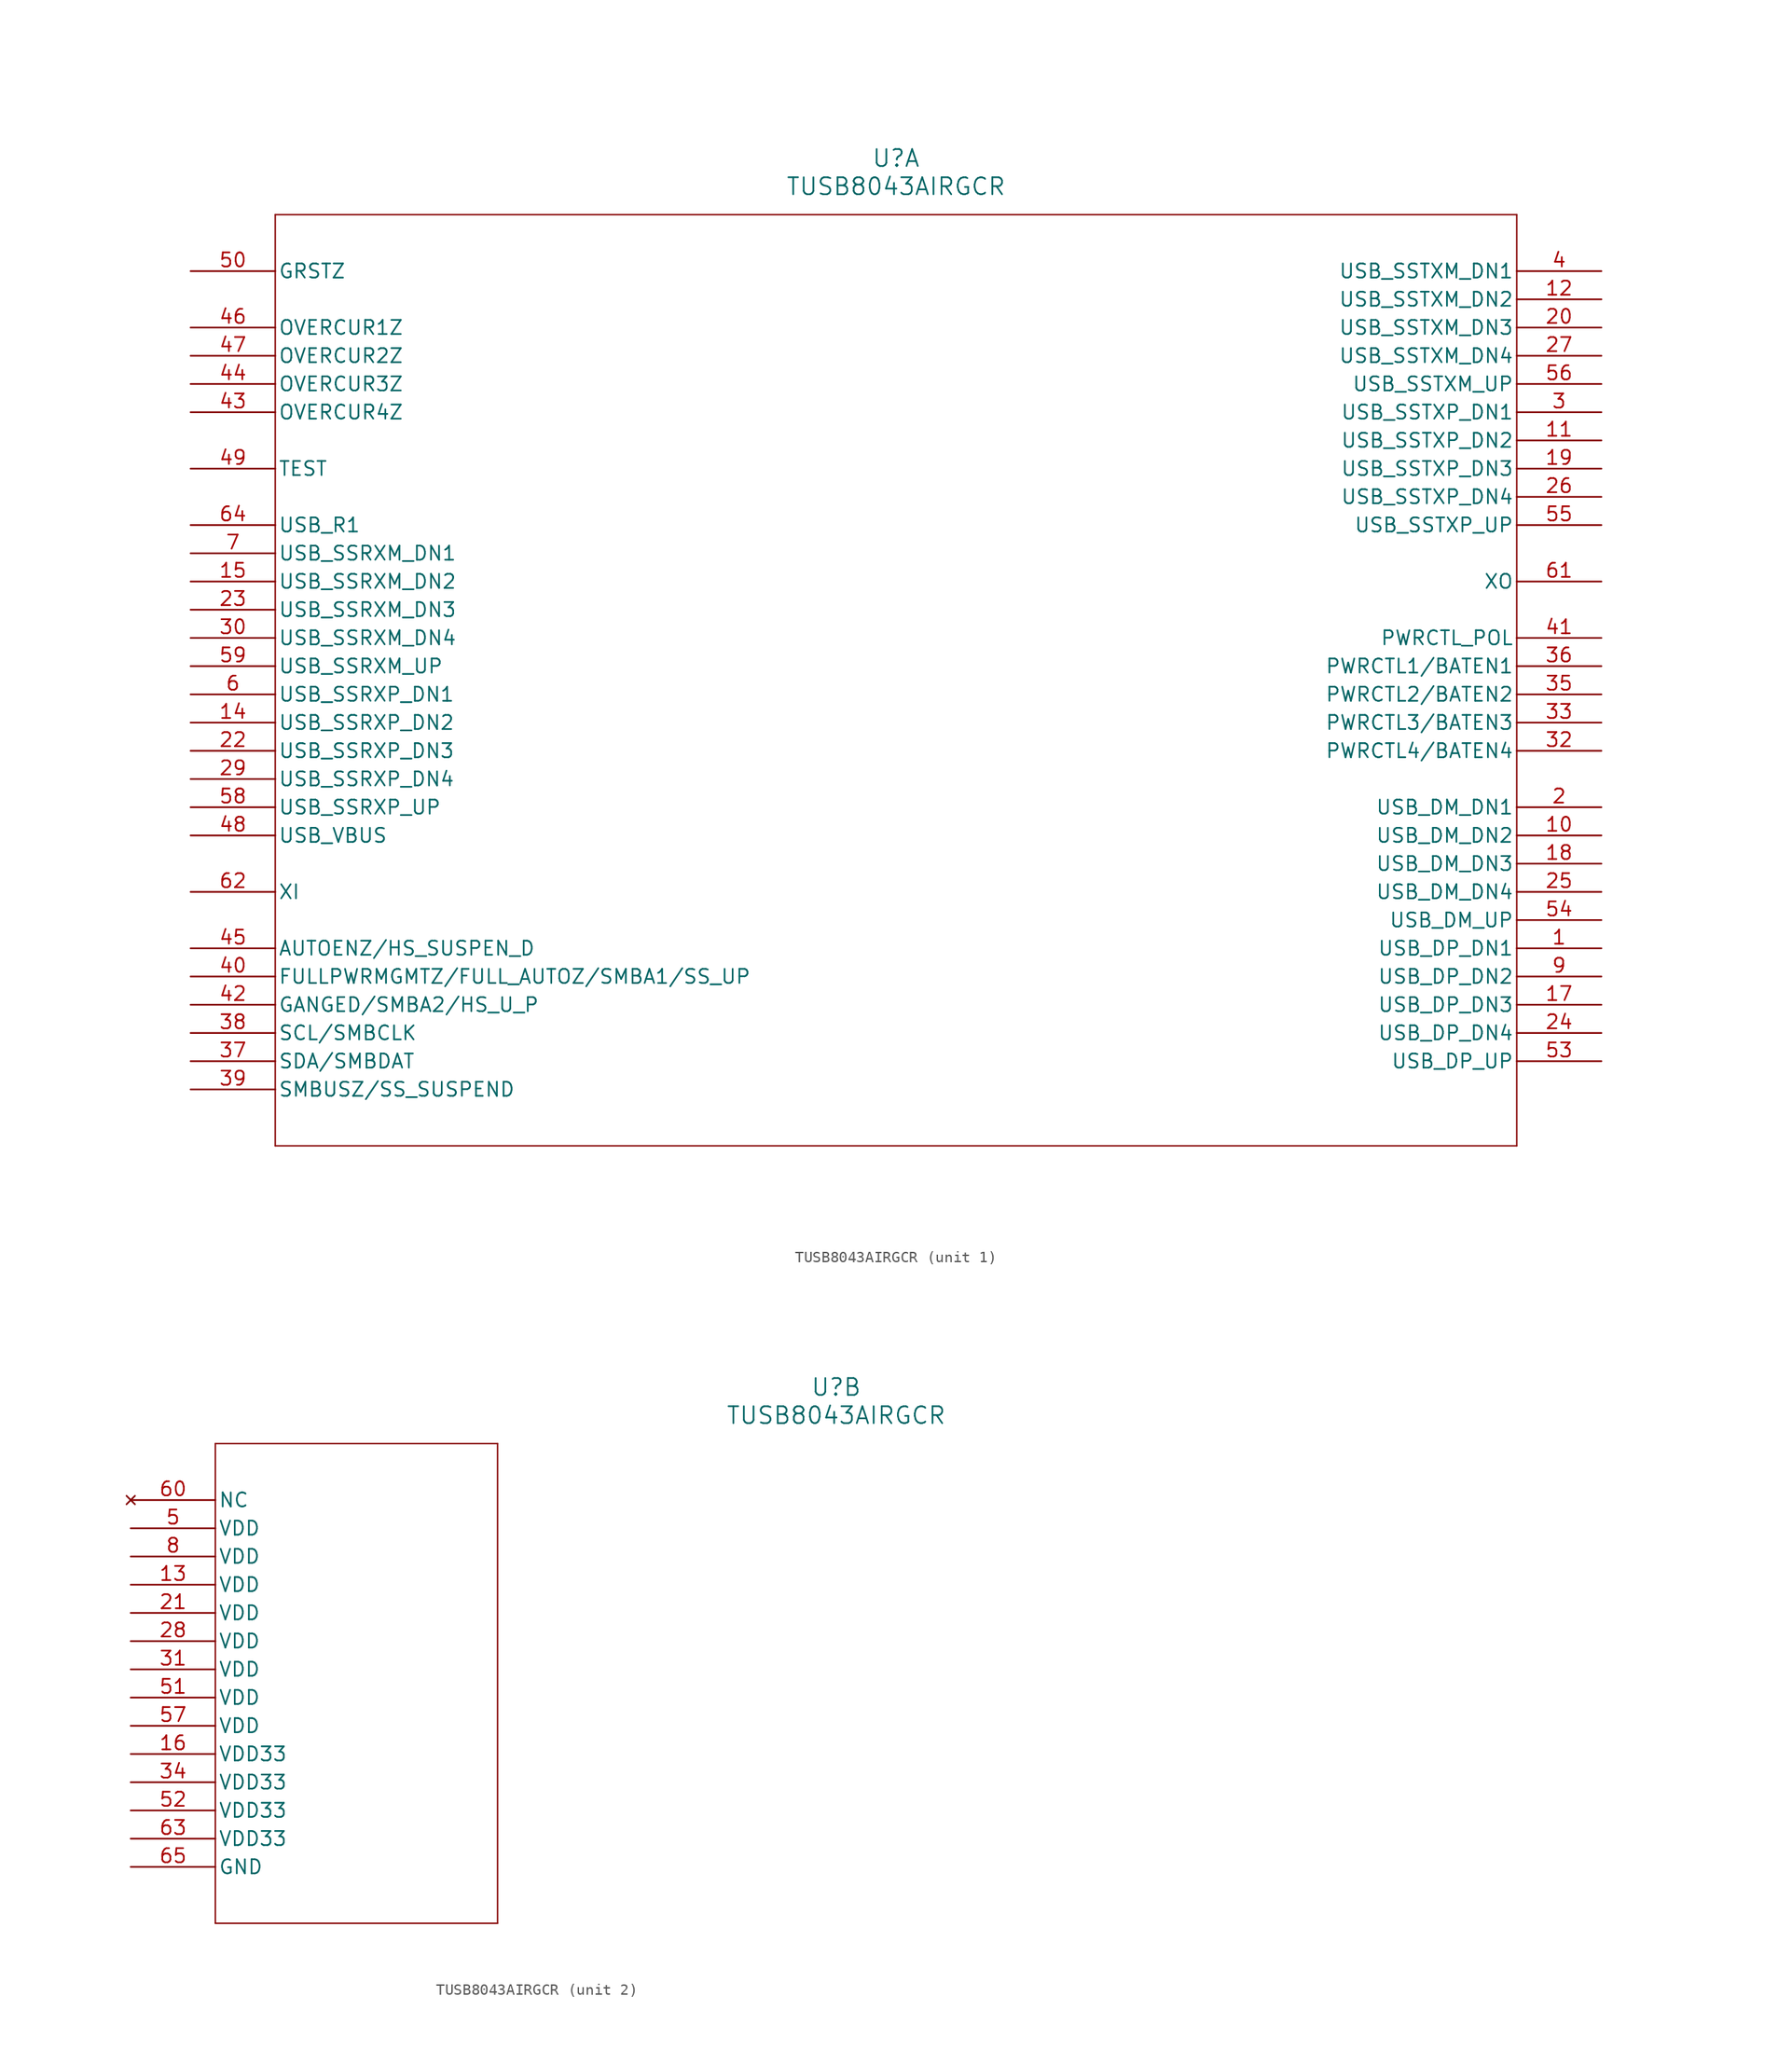
<source format=kicad_sym>
(kicad_symbol_lib
  (version 20211014)
  (generator kicad_symbol_editor)
  (symbol "TUSB8043AIRGCR"
    (pin_names
      (offset 0.254))
    (property "Reference" "U"
      (at 63.5 10.16 0)
      (effects (font (size 1.524 1.524))))
    (property "Value" "TUSB8043AIRGCR"
      (at 63.5 7.62 0)
      (effects (font (size 1.524 1.524))))
    (symbol "TUSB8043AIRGCR_1_1"
      (polyline (pts (xy 7.62 5.08) (xy 7.62 -78.74)) (stroke (width 0.127) (type default) (color 0 0 0 0)) (fill (type none)))
      (polyline (pts (xy 7.62 -78.74) (xy 119.38 -78.74)) (stroke (width 0.127) (type default) (color 0 0 0 0)) (fill (type none)))
      (polyline (pts (xy 119.38 -78.74) (xy 119.38 5.08)) (stroke (width 0.127) (type default) (color 0 0 0 0)) (fill (type none)))
      (polyline (pts (xy 119.38 5.08) (xy 7.62 5.08)) (stroke (width 0.127) (type default) (color 0 0 0 0)) (fill (type none)))
      (pin bidirectional line (at 127 -60.96 180) (length 7.62) (name "USB_DP_DN1" (effects (font (size 1.27 1.27)))) (number "1" (effects (font (size 1.27 1.27)))))
      (pin bidirectional line (at 127 -48.26 180) (length 7.62) (name "USB_DM_DN1" (effects (font (size 1.27 1.27)))) (number "2" (effects (font (size 1.27 1.27)))))
      (pin output line (at 127 -12.7 180) (length 7.62) (name "USB_SSTXP_DN1" (effects (font (size 1.27 1.27)))) (number "3" (effects (font (size 1.27 1.27)))))
      (pin output line (at 127 0 180) (length 7.62) (name "USB_SSTXM_DN1" (effects (font (size 1.27 1.27)))) (number "4" (effects (font (size 1.27 1.27)))))
      (pin input line (at 0 -38.1 0) (length 7.62) (name "USB_SSRXP_DN1" (effects (font (size 1.27 1.27)))) (number "6" (effects (font (size 1.27 1.27)))))
      (pin input line (at 0 -25.4 0) (length 7.62) (name "USB_SSRXM_DN1" (effects (font (size 1.27 1.27)))) (number "7" (effects (font (size 1.27 1.27)))))
      (pin bidirectional line (at 127 -63.5 180) (length 7.62) (name "USB_DP_DN2" (effects (font (size 1.27 1.27)))) (number "9" (effects (font (size 1.27 1.27)))))
      (pin bidirectional line (at 127 -50.8 180) (length 7.62) (name "USB_DM_DN2" (effects (font (size 1.27 1.27)))) (number "10" (effects (font (size 1.27 1.27)))))
      (pin output line (at 127 -15.24 180) (length 7.62) (name "USB_SSTXP_DN2" (effects (font (size 1.27 1.27)))) (number "11" (effects (font (size 1.27 1.27)))))
      (pin output line (at 127 -2.54 180) (length 7.62) (name "USB_SSTXM_DN2" (effects (font (size 1.27 1.27)))) (number "12" (effects (font (size 1.27 1.27)))))
      (pin input line (at 0 -40.64 0) (length 7.62) (name "USB_SSRXP_DN2" (effects (font (size 1.27 1.27)))) (number "14" (effects (font (size 1.27 1.27)))))
      (pin input line (at 0 -27.94 0) (length 7.62) (name "USB_SSRXM_DN2" (effects (font (size 1.27 1.27)))) (number "15" (effects (font (size 1.27 1.27)))))
      (pin bidirectional line (at 127 -66.04 180) (length 7.62) (name "USB_DP_DN3" (effects (font (size 1.27 1.27)))) (number "17" (effects (font (size 1.27 1.27)))))
      (pin bidirectional line (at 127 -53.34 180) (length 7.62) (name "USB_DM_DN3" (effects (font (size 1.27 1.27)))) (number "18" (effects (font (size 1.27 1.27)))))
      (pin output line (at 127 -17.78 180) (length 7.62) (name "USB_SSTXP_DN3" (effects (font (size 1.27 1.27)))) (number "19" (effects (font (size 1.27 1.27)))))
      (pin output line (at 127 -5.08 180) (length 7.62) (name "USB_SSTXM_DN3" (effects (font (size 1.27 1.27)))) (number "20" (effects (font (size 1.27 1.27)))))
      (pin input line (at 0 -43.18 0) (length 7.62) (name "USB_SSRXP_DN3" (effects (font (size 1.27 1.27)))) (number "22" (effects (font (size 1.27 1.27)))))
      (pin input line (at 0 -30.48 0) (length 7.62) (name "USB_SSRXM_DN3" (effects (font (size 1.27 1.27)))) (number "23" (effects (font (size 1.27 1.27)))))
      (pin bidirectional line (at 127 -68.58 180) (length 7.62) (name "USB_DP_DN4" (effects (font (size 1.27 1.27)))) (number "24" (effects (font (size 1.27 1.27)))))
      (pin bidirectional line (at 127 -55.88 180) (length 7.62) (name "USB_DM_DN4" (effects (font (size 1.27 1.27)))) (number "25" (effects (font (size 1.27 1.27)))))
      (pin output line (at 127 -20.32 180) (length 7.62) (name "USB_SSTXP_DN4" (effects (font (size 1.27 1.27)))) (number "26" (effects (font (size 1.27 1.27)))))
      (pin output line (at 127 -7.62 180) (length 7.62) (name "USB_SSTXM_DN4" (effects (font (size 1.27 1.27)))) (number "27" (effects (font (size 1.27 1.27)))))
      (pin input line (at 0 -45.72 0) (length 7.62) (name "USB_SSRXP_DN4" (effects (font (size 1.27 1.27)))) (number "29" (effects (font (size 1.27 1.27)))))
      (pin input line (at 0 -33.02 0) (length 7.62) (name "USB_SSRXM_DN4" (effects (font (size 1.27 1.27)))) (number "30" (effects (font (size 1.27 1.27)))))
      (pin bidirectional line (at 127 -43.18 180) (length 7.62) (name "PWRCTL4/BATEN4" (effects (font (size 1.27 1.27)))) (number "32" (effects (font (size 1.27 1.27)))))
      (pin bidirectional line (at 127 -40.64 180) (length 7.62) (name "PWRCTL3/BATEN3" (effects (font (size 1.27 1.27)))) (number "33" (effects (font (size 1.27 1.27)))))
      (pin bidirectional line (at 127 -38.1 180) (length 7.62) (name "PWRCTL2/BATEN2" (effects (font (size 1.27 1.27)))) (number "35" (effects (font (size 1.27 1.27)))))
      (pin bidirectional line (at 127 -35.56 180) (length 7.62) (name "PWRCTL1/BATEN1" (effects (font (size 1.27 1.27)))) (number "36" (effects (font (size 1.27 1.27)))))
      (pin bidirectional line (at 0 -71.12 0) (length 7.62) (name "SDA/SMBDAT" (effects (font (size 1.27 1.27)))) (number "37" (effects (font (size 1.27 1.27)))))
      (pin bidirectional line (at 0 -68.58 0) (length 7.62) (name "SCL/SMBCLK" (effects (font (size 1.27 1.27)))) (number "38" (effects (font (size 1.27 1.27)))))
      (pin bidirectional line (at 0 -73.66 0) (length 7.62) (name "SMBUSZ/SS_SUSPEND" (effects (font (size 1.27 1.27)))) (number "39" (effects (font (size 1.27 1.27)))))
      (pin bidirectional line (at 0 -63.5 0) (length 7.62) (name "FULLPWRMGMTZ/FULL AUTOZ/SMBA1/SS_UP" (effects (font (size 1.27 1.27)))) (number "40" (effects (font (size 1.27 1.27)))))
      (pin bidirectional line (at 127 -33.02 180) (length 7.62) (name "PWRCTL_POL" (effects (font (size 1.27 1.27)))) (number "41" (effects (font (size 1.27 1.27)))))
      (pin bidirectional line (at 0 -66.04 0) (length 7.62) (name "GANGED/SMBA2/HS_U P" (effects (font (size 1.27 1.27)))) (number "42" (effects (font (size 1.27 1.27)))))
      (pin input line (at 0 -12.7 0) (length 7.62) (name "OVERCUR4Z" (effects (font (size 1.27 1.27)))) (number "43" (effects (font (size 1.27 1.27)))))
      (pin input line (at 0 -10.16 0) (length 7.62) (name "OVERCUR3Z" (effects (font (size 1.27 1.27)))) (number "44" (effects (font (size 1.27 1.27)))))
      (pin bidirectional line (at 0 -60.96 0) (length 7.62) (name "AUTOENZ/HS_SUSPEN D" (effects (font (size 1.27 1.27)))) (number "45" (effects (font (size 1.27 1.27)))))
      (pin input line (at 0 -5.08 0) (length 7.62) (name "OVERCUR1Z" (effects (font (size 1.27 1.27)))) (number "46" (effects (font (size 1.27 1.27)))))
      (pin input line (at 0 -7.62 0) (length 7.62) (name "OVERCUR2Z" (effects (font (size 1.27 1.27)))) (number "47" (effects (font (size 1.27 1.27)))))
      (pin input line (at 0 -50.8 0) (length 7.62) (name "USB_VBUS" (effects (font (size 1.27 1.27)))) (number "48" (effects (font (size 1.27 1.27)))))
      (pin input line (at 0 -17.78 0) (length 7.62) (name "TEST" (effects (font (size 1.27 1.27)))) (number "49" (effects (font (size 1.27 1.27)))))
      (pin input line (at 0 0 0) (length 7.62) (name "GRSTZ" (effects (font (size 1.27 1.27)))) (number "50" (effects (font (size 1.27 1.27)))))
      (pin bidirectional line (at 127 -71.12 180) (length 7.62) (name "USB_DP_UP" (effects (font (size 1.27 1.27)))) (number "53" (effects (font (size 1.27 1.27)))))
      (pin bidirectional line (at 127 -58.42 180) (length 7.62) (name "USB_DM_UP" (effects (font (size 1.27 1.27)))) (number "54" (effects (font (size 1.27 1.27)))))
      (pin output line (at 127 -22.86 180) (length 7.62) (name "USB_SSTXP_UP" (effects (font (size 1.27 1.27)))) (number "55" (effects (font (size 1.27 1.27)))))
      (pin output line (at 127 -10.16 180) (length 7.62) (name "USB_SSTXM_UP" (effects (font (size 1.27 1.27)))) (number "56" (effects (font (size 1.27 1.27)))))
      (pin input line (at 0 -48.26 0) (length 7.62) (name "USB_SSRXP_UP" (effects (font (size 1.27 1.27)))) (number "58" (effects (font (size 1.27 1.27)))))
      (pin input line (at 0 -35.56 0) (length 7.62) (name "USB_SSRXM_UP" (effects (font (size 1.27 1.27)))) (number "59" (effects (font (size 1.27 1.27)))))
      (pin output line (at 127 -27.94 180) (length 7.62) (name "XO" (effects (font (size 1.27 1.27)))) (number "61" (effects (font (size 1.27 1.27)))))
      (pin input line (at 0 -55.88 0) (length 7.62) (name "XI" (effects (font (size 1.27 1.27)))) (number "62" (effects (font (size 1.27 1.27)))))
      (pin input line (at 0 -22.86 0) (length 7.62) (name "USB_R1" (effects (font (size 1.27 1.27)))) (number "64" (effects (font (size 1.27 1.27))))))
    (symbol "TUSB8043AIRGCR_2_1"
      (polyline (pts (xy 7.62 5.08) (xy 7.62 -38.1)) (stroke (width 0.127) (type default) (color 0 0 0 0)) (fill (type none)))
      (polyline (pts (xy 7.62 -38.1) (xy 33.02 -38.1)) (stroke (width 0.127) (type default) (color 0 0 0 0)) (fill (type none)))
      (polyline (pts (xy 33.02 -38.1) (xy 33.02 5.08)) (stroke (width 0.127) (type default) (color 0 0 0 0)) (fill (type none)))
      (polyline (pts (xy 33.02 5.08) (xy 7.62 5.08)) (stroke (width 0.127) (type default) (color 0 0 0 0)) (fill (type none)))
      (pin power_in line (at 0 -2.54 0) (length 7.62) (name "VDD" (effects (font (size 1.27 1.27)))) (number "5" (effects (font (size 1.27 1.27)))))
      (pin power_in line (at 0 -5.08 0) (length 7.62) (name "VDD" (effects (font (size 1.27 1.27)))) (number "8" (effects (font (size 1.27 1.27)))))
      (pin power_in line (at 0 -7.62 0) (length 7.62) (name "VDD" (effects (font (size 1.27 1.27)))) (number "13" (effects (font (size 1.27 1.27)))))
      (pin power_in line (at 0 -22.86 0) (length 7.62) (name "VDD33" (effects (font (size 1.27 1.27)))) (number "16" (effects (font (size 1.27 1.27)))))
      (pin power_in line (at 0 -10.16 0) (length 7.62) (name "VDD" (effects (font (size 1.27 1.27)))) (number "21" (effects (font (size 1.27 1.27)))))
      (pin power_in line (at 0 -12.7 0) (length 7.62) (name "VDD" (effects (font (size 1.27 1.27)))) (number "28" (effects (font (size 1.27 1.27)))))
      (pin power_in line (at 0 -15.24 0) (length 7.62) (name "VDD" (effects (font (size 1.27 1.27)))) (number "31" (effects (font (size 1.27 1.27)))))
      (pin power_in line (at 0 -25.4 0) (length 7.62) (name "VDD33" (effects (font (size 1.27 1.27)))) (number "34" (effects (font (size 1.27 1.27)))))
      (pin power_in line (at 0 -17.78 0) (length 7.62) (name "VDD" (effects (font (size 1.27 1.27)))) (number "51" (effects (font (size 1.27 1.27)))))
      (pin power_in line (at 0 -27.94 0) (length 7.62) (name "VDD33" (effects (font (size 1.27 1.27)))) (number "52" (effects (font (size 1.27 1.27)))))
      (pin power_in line (at 0 -20.32 0) (length 7.62) (name "VDD" (effects (font (size 1.27 1.27)))) (number "57" (effects (font (size 1.27 1.27)))))
      (pin no_connect line (at 0 0 0) (length 7.62) (name "NC" (effects (font (size 1.27 1.27)))) (number "60" (effects (font (size 1.27 1.27)))))
      (pin power_in line (at 0 -30.48 0) (length 7.62) (name "VDD33" (effects (font (size 1.27 1.27)))) (number "63" (effects (font (size 1.27 1.27)))))
      (pin power_out line (at 0 -33.02 0) (length 7.62) (name "GND" (effects (font (size 1.27 1.27)))) (number "65" (effects (font (size 1.27 1.27))))))))
</source>
